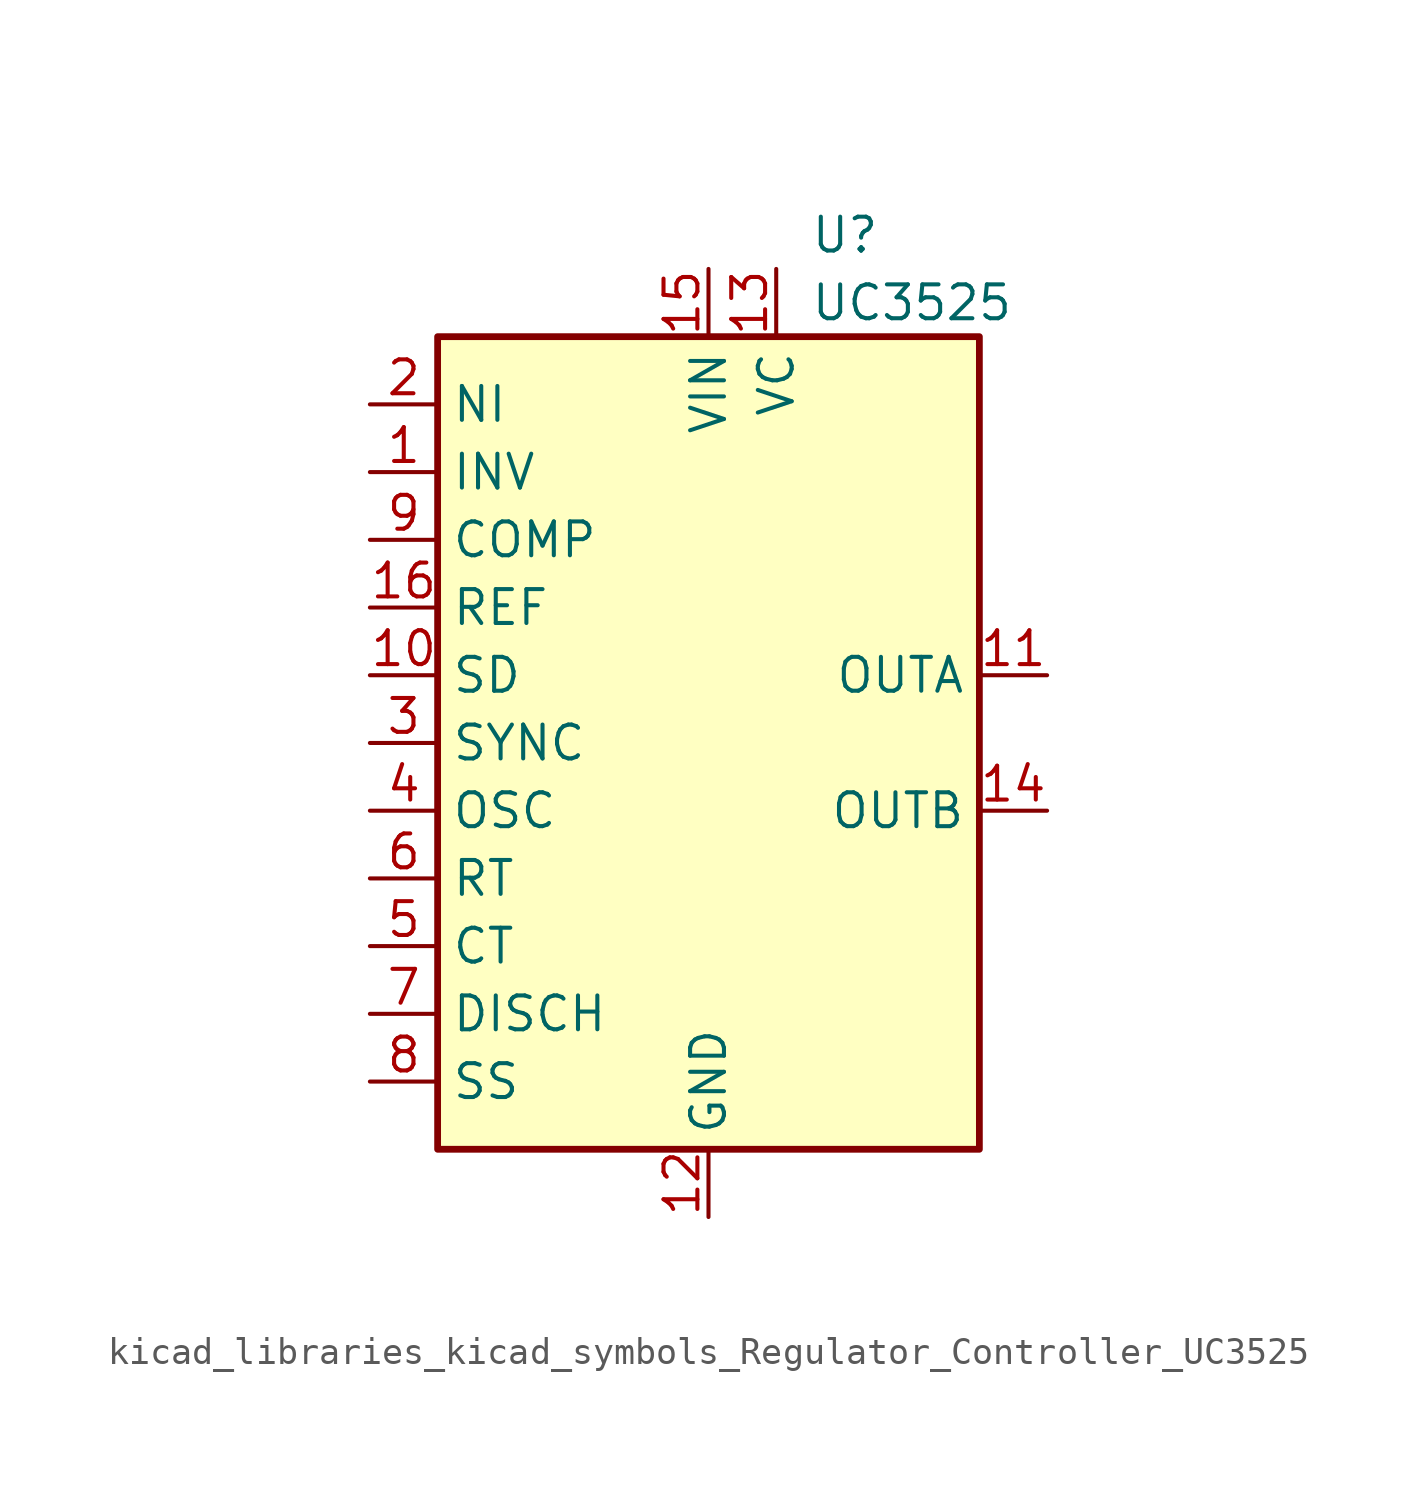
<source format=kicad_sym>
(kicad_symbol_lib
  (version 20220914)
  (generator kicad_symbol_editor)
  (symbol "kicad_libraries_kicad_symbols_Regulator_Controller_UC3525"
    (property "Reference" "U"
      (at 3.81 19.05 0)
      (effects (font (size 1.27 1.27)) (justify left)))
    (property "Value" "UC3525"
      (at 3.81 16.51 0)
      (effects (font (size 1.27 1.27)) (justify left)))
    (symbol "kicad_libraries_kicad_symbols_Regulator_Controller_UC3525_0_1"
      (rectangle (start -10.16 -15.24) (end 10.16 15.24) (stroke (width 0.254) (type default)) (fill (type background))))
    (symbol "kicad_libraries_kicad_symbols_Regulator_Controller_UC3525_1_1"
      (pin input line (at -12.7 10.16 0) (length 2.54) (name "INV" (effects (font (size 1.27 1.27)))) (number "1" (effects (font (size 1.27 1.27)))))
      (pin passive line (at -12.7 2.54 0) (length 2.54) (name "SD" (effects (font (size 1.27 1.27)))) (number "10" (effects (font (size 1.27 1.27)))))
      (pin output line (at 12.7 2.54 180) (length 2.54) (name "OUTA" (effects (font (size 1.27 1.27)))) (number "11" (effects (font (size 1.27 1.27)))))
      (pin power_in line (at 0 -17.78 90) (length 2.54) (name "GND" (effects (font (size 1.27 1.27)))) (number "12" (effects (font (size 1.27 1.27)))))
      (pin power_in line (at 2.54 17.78 270) (length 2.54) (name "VC" (effects (font (size 1.27 1.27)))) (number "13" (effects (font (size 1.27 1.27)))))
      (pin output line (at 12.7 -2.54 180) (length 2.54) (name "OUTB" (effects (font (size 1.27 1.27)))) (number "14" (effects (font (size 1.27 1.27)))))
      (pin power_in line (at 0 17.78 270) (length 2.54) (name "VIN" (effects (font (size 1.27 1.27)))) (number "15" (effects (font (size 1.27 1.27)))))
      (pin power_in line (at -12.7 5.08 0) (length 2.54) (name "REF" (effects (font (size 1.27 1.27)))) (number "16" (effects (font (size 1.27 1.27)))))
      (pin input line (at -12.7 12.7 0) (length 2.54) (name "NI" (effects (font (size 1.27 1.27)))) (number "2" (effects (font (size 1.27 1.27)))))
      (pin passive line (at -12.7 0 0) (length 2.54) (name "SYNC" (effects (font (size 1.27 1.27)))) (number "3" (effects (font (size 1.27 1.27)))))
      (pin output line (at -12.7 -2.54 0) (length 2.54) (name "OSC" (effects (font (size 1.27 1.27)))) (number "4" (effects (font (size 1.27 1.27)))))
      (pin passive line (at -12.7 -7.62 0) (length 2.54) (name "CT" (effects (font (size 1.27 1.27)))) (number "5" (effects (font (size 1.27 1.27)))))
      (pin passive line (at -12.7 -5.08 0) (length 2.54) (name "RT" (effects (font (size 1.27 1.27)))) (number "6" (effects (font (size 1.27 1.27)))))
      (pin open_collector line (at -12.7 -10.16 0) (length 2.54) (name "DISCH" (effects (font (size 1.27 1.27)))) (number "7" (effects (font (size 1.27 1.27)))))
      (pin passive line (at -12.7 -12.7 0) (length 2.54) (name "SS" (effects (font (size 1.27 1.27)))) (number "8" (effects (font (size 1.27 1.27)))))
      (pin passive line (at -12.7 7.62 0) (length 2.54) (name "COMP" (effects (font (size 1.27 1.27)))) (number "9" (effects (font (size 1.27 1.27))))))))
</source>
